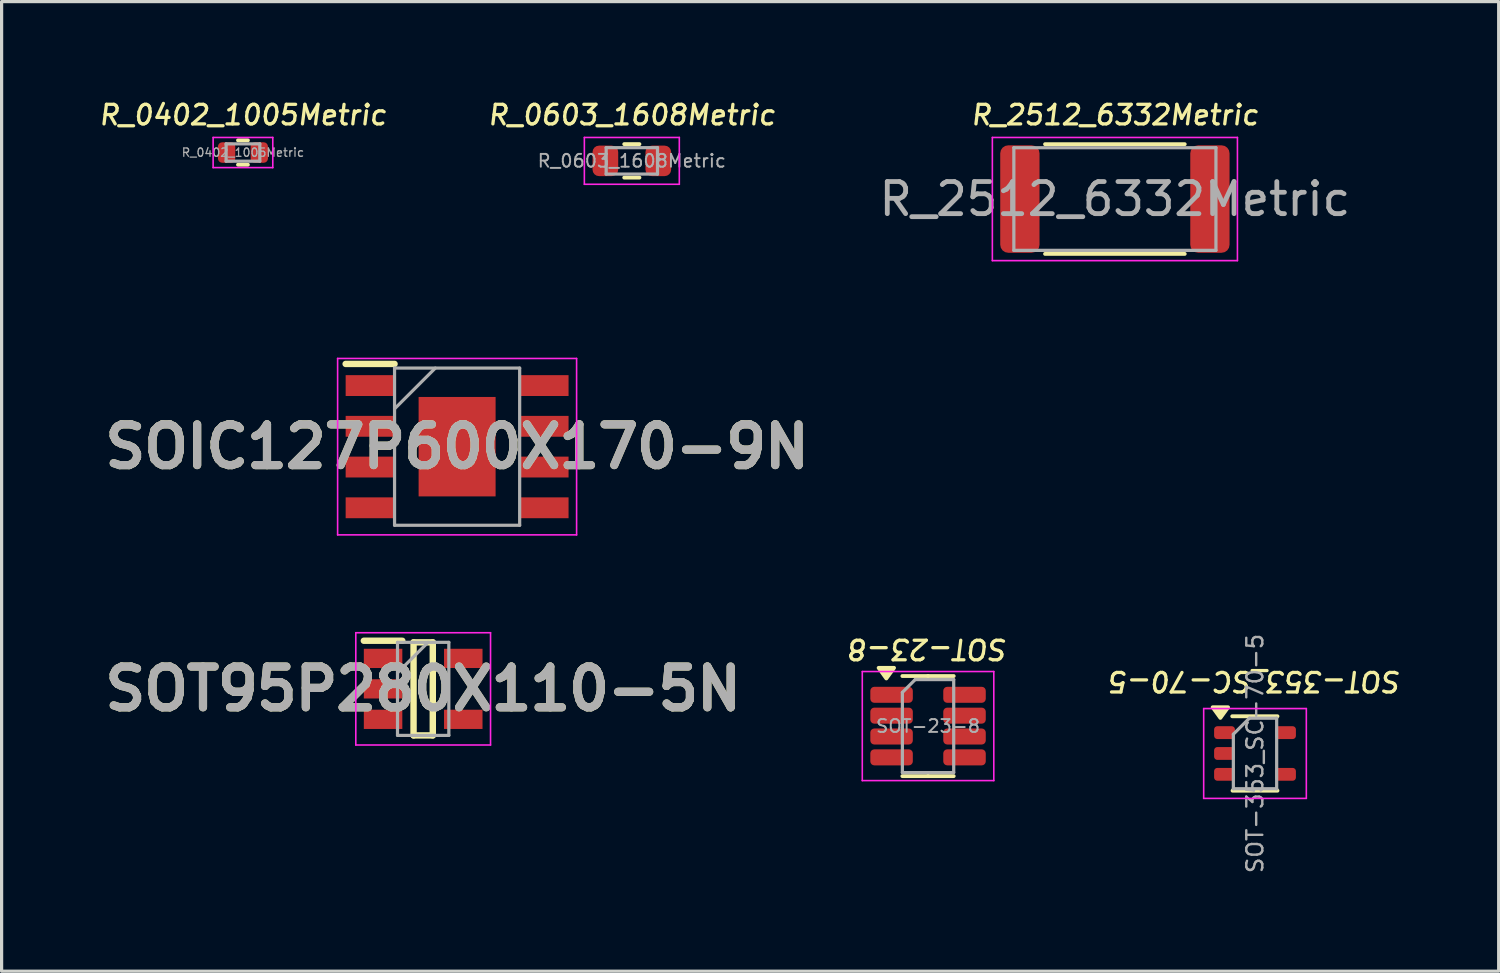
<source format=kicad_pcb>
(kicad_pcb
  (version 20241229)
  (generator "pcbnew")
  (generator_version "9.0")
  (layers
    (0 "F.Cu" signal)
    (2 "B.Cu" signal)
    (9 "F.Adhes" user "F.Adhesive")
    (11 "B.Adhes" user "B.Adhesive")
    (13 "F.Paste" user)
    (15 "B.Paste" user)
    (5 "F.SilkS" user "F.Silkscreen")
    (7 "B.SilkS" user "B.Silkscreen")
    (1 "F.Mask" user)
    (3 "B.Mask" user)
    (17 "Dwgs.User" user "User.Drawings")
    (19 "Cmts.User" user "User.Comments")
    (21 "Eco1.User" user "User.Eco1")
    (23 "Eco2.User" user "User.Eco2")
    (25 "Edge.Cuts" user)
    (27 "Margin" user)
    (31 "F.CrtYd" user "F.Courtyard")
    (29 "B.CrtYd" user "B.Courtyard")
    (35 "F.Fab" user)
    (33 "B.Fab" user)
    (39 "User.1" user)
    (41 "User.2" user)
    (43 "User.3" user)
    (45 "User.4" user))
  (footprint "R_0603_1608Metric"
    (layer "F.Cu")
    (at 16.647 1.965)
    (property "Reference" "R_0603_1608Metric" (at 0 -1.43 0) (unlocked yes) (layer "F.SilkS") (effects (font (size 0.61 0.61) (thickness 0.102) (italic yes))))
    (attr smd exclude_from_bom dnp)
    (fp_line (start -0.237 -0.522) (end 0.237 -0.522) (stroke (width 0.12) (type solid)) (layer "F.SilkS"))
    (fp_line (start -0.237 0.522) (end 0.237 0.522) (stroke (width 0.12) (type solid)) (layer "F.SilkS"))
    (fp_line (start -1.48 -0.73) (end 1.48 -0.73) (stroke (width 0.05) (type solid)) (layer "F.CrtYd"))
    (fp_line (start -1.48 0.73) (end -1.48 -0.73) (stroke (width 0.05) (type solid)) (layer "F.CrtYd"))
    (fp_line (start 1.48 -0.73) (end 1.48 0.73) (stroke (width 0.05) (type solid)) (layer "F.CrtYd"))
    (fp_line (start 1.48 0.73) (end -1.48 0.73) (stroke (width 0.05) (type solid)) (layer "F.CrtYd"))
    (fp_line (start -0.8 -0.412) (end 0.8 -0.412) (stroke (width 0.1) (type solid)) (layer "F.Fab"))
    (fp_line (start -0.8 0.412) (end -0.8 -0.412) (stroke (width 0.1) (type solid)) (layer "F.Fab"))
    (fp_line (start 0.8 -0.412) (end 0.8 0.412) (stroke (width 0.1) (type solid)) (layer "F.Fab"))
    (fp_line (start 0.8 0.412) (end -0.8 0.412) (stroke (width 0.1) (type solid)) (layer "F.Fab"))
    (fp_text user "${REFERENCE}" (at 0 0 0) (layer "F.Fab") (effects (font (size 0.4 0.4) (thickness 0.06))))
    (pad "1" smd roundrect (at -0.825 0) (size 0.8 0.95) (layers "F.Cu" "F.Mask" "F.Paste") (roundrect_rratio 0.25))
    (pad "2" smd roundrect (at 0.825 0) (size 0.8 0.95) (layers "F.Cu" "F.Mask" "F.Paste") (roundrect_rratio 0.25)))
  (footprint "SOT-353_SC-70-5"
    (layer "F.Cu")
    (at 36.074 20.439)
    (property "Reference" "SOT-353_SC-70-5" (at 0 -2.25 180) (unlocked yes) (layer "F.SilkS") (effects (font (size 0.61 0.61) (thickness 0.102) (italic yes))))
    (attr smd)
    (fp_line (start -0.71 -1.16) (end 0.7 -1.16) (stroke (width 0.12) (type solid)) (layer "F.SilkS"))
    (fp_line (start -0.7 1.16) (end 0.7 1.16) (stroke (width 0.12) (type solid)) (layer "F.SilkS"))
    (fp_poly (pts (xy -1.08 -1.11) (xy -1.32 -1.44) (xy -0.84 -1.44) (xy -1.08 -1.11)) (stroke (width 0.12) (type solid)) (fill yes) (layer "F.SilkS"))
    (fp_line (start -1.6 -1.4) (end -1.6 1.4) (stroke (width 0.05) (type solid)) (layer "F.CrtYd"))
    (fp_line (start -1.6 -1.4) (end 1.6 -1.4) (stroke (width 0.05) (type solid)) (layer "F.CrtYd"))
    (fp_line (start -1.6 1.4) (end 1.6 1.4) (stroke (width 0.05) (type solid)) (layer "F.CrtYd"))
    (fp_line (start 1.6 1.4) (end 1.6 -1.4) (stroke (width 0.05) (type solid)) (layer "F.CrtYd"))
    (fp_line (start -0.675 -0.6) (end -0.675 1.1) (stroke (width 0.1) (type solid)) (layer "F.Fab"))
    (fp_line (start -0.175 -1.1) (end -0.675 -0.6) (stroke (width 0.1) (type solid)) (layer "F.Fab"))
    (fp_line (start 0.675 -1.1) (end -0.175 -1.1) (stroke (width 0.1) (type solid)) (layer "F.Fab"))
    (fp_line (start 0.675 -1.1) (end 0.675 1.1) (stroke (width 0.1) (type solid)) (layer "F.Fab"))
    (fp_line (start 0.675 1.1) (end -0.675 1.1) (stroke (width 0.1) (type solid)) (layer "F.Fab"))
    (fp_text user "${REFERENCE}" (at 0 0 90) (layer "F.Fab") (effects (font (size 0.5 0.5) (thickness 0.075))))
    (pad "1" smd roundrect (at -0.95 -0.65 180) (size 0.65 0.4) (layers "F.Cu" "F.Mask" "F.Paste") (roundrect_rratio 0.25))
    (pad "2" smd roundrect (at -0.95 0 180) (size 0.65 0.4) (layers "F.Cu" "F.Mask" "F.Paste") (roundrect_rratio 0.25))
    (pad "3" smd roundrect (at -0.95 0.65 180) (size 0.65 0.4) (layers "F.Cu" "F.Mask" "F.Paste") (roundrect_rratio 0.25))
    (pad "4" smd roundrect (at 0.95 0.65 180) (size 0.65 0.4) (layers "F.Cu" "F.Mask" "F.Paste") (roundrect_rratio 0.25))
    (pad "5" smd roundrect (at 0.95 -0.65 180) (size 0.65 0.4) (layers "F.Cu" "F.Mask" "F.Paste") (roundrect_rratio 0.25)))
  (footprint "SOT95P280X110-5N"
    (layer "F.Cu")
    (at 10.142 18.425)
    (property "Reference" "SOT95P280X110-5N" (at 0 0 0) (layer "F.SilkS") (effects (font (size 1.27 1.27) (thickness 0.254))))
    (attr smd)
    (fp_line (start -1.85 -1.5) (end -0.65 -1.5) (stroke (width 0.2) (type solid)) (layer "F.SilkS"))
    (fp_line (start -0.3 -1.45) (end 0.3 -1.45) (stroke (width 0.2) (type solid)) (layer "F.SilkS"))
    (fp_line (start -0.3 1.45) (end -0.3 -1.45) (stroke (width 0.2) (type solid)) (layer "F.SilkS"))
    (fp_line (start 0.3 -1.45) (end 0.3 1.45) (stroke (width 0.2) (type solid)) (layer "F.SilkS"))
    (fp_line (start 0.3 1.45) (end -0.3 1.45) (stroke (width 0.2) (type solid)) (layer "F.SilkS"))
    (fp_line (start -2.1 -1.75) (end 2.1 -1.75) (stroke (width 0.05) (type solid)) (layer "F.CrtYd"))
    (fp_line (start -2.1 1.75) (end -2.1 -1.75) (stroke (width 0.05) (type solid)) (layer "F.CrtYd"))
    (fp_line (start 2.1 -1.75) (end 2.1 1.75) (stroke (width 0.05) (type solid)) (layer "F.CrtYd"))
    (fp_line (start 2.1 1.75) (end -2.1 1.75) (stroke (width 0.05) (type solid)) (layer "F.CrtYd"))
    (fp_line (start -0.8 -1.45) (end 0.8 -1.45) (stroke (width 0.1) (type solid)) (layer "F.Fab"))
    (fp_line (start -0.8 -0.5) (end 0.15 -1.45) (stroke (width 0.1) (type solid)) (layer "F.Fab"))
    (fp_line (start -0.8 1.45) (end -0.8 -1.45) (stroke (width 0.1) (type solid)) (layer "F.Fab"))
    (fp_line (start 0.8 -1.45) (end 0.8 1.45) (stroke (width 0.1) (type solid)) (layer "F.Fab"))
    (fp_line (start 0.8 1.45) (end -0.8 1.45) (stroke (width 0.1) (type solid)) (layer "F.Fab"))
    (fp_text user "${REFERENCE}" (at 0 0 0) (layer "F.Fab") (effects (font (size 1.27 1.27) (thickness 0.254))))
    (pad "1" smd rect (at -1.25 -0.95 90) (size 0.6 1.2) (layers "F.Cu" "F.Mask" "F.Paste"))
    (pad "2" smd rect (at -1.25 0 90) (size 0.6 1.2) (layers "F.Cu" "F.Mask" "F.Paste"))
    (pad "3" smd rect (at -1.25 0.95 90) (size 0.6 1.2) (layers "F.Cu" "F.Mask" "F.Paste"))
    (pad "4" smd rect (at 1.25 0.95 90) (size 0.6 1.2) (layers "F.Cu" "F.Mask" "F.Paste"))
    (pad "5" smd rect (at 1.25 -0.95 90) (size 0.6 1.2) (layers "F.Cu" "F.Mask" "F.Paste")))
  (footprint "R_0402_1005Metric"
    (layer "F.Cu")
    (at 4.524 1.705)
    (property "Reference" "R_0402_1005Metric" (at 0 -1.17 0) (unlocked yes) (layer "F.SilkS") (effects (font (size 0.61 0.61) (thickness 0.102) (italic yes))))
    (attr smd)
    (fp_line (start -0.154 -0.38) (end 0.154 -0.38) (stroke (width 0.12) (type solid)) (layer "F.SilkS"))
    (fp_line (start -0.154 0.38) (end 0.154 0.38) (stroke (width 0.12) (type solid)) (layer "F.SilkS"))
    (fp_line (start -0.93 -0.47) (end 0.93 -0.47) (stroke (width 0.05) (type solid)) (layer "F.CrtYd"))
    (fp_line (start -0.93 0.47) (end -0.93 -0.47) (stroke (width 0.05) (type solid)) (layer "F.CrtYd"))
    (fp_line (start 0.93 -0.47) (end 0.93 0.47) (stroke (width 0.05) (type solid)) (layer "F.CrtYd"))
    (fp_line (start 0.93 0.47) (end -0.93 0.47) (stroke (width 0.05) (type solid)) (layer "F.CrtYd"))
    (fp_line (start -0.525 -0.27) (end 0.525 -0.27) (stroke (width 0.1) (type solid)) (layer "F.Fab"))
    (fp_line (start -0.525 0.27) (end -0.525 -0.27) (stroke (width 0.1) (type solid)) (layer "F.Fab"))
    (fp_line (start 0.525 -0.27) (end 0.525 0.27) (stroke (width 0.1) (type solid)) (layer "F.Fab"))
    (fp_line (start 0.525 0.27) (end -0.525 0.27) (stroke (width 0.1) (type solid)) (layer "F.Fab"))
    (fp_text user "${REFERENCE}" (at 0 0 0) (layer "F.Fab") (effects (font (size 0.26 0.26) (thickness 0.04))))
    (pad "1" smd roundrect (at -0.51 0) (size 0.54 0.64) (layers "F.Cu" "F.Mask" "F.Paste") (roundrect_rratio 0.25))
    (pad "2" smd roundrect (at 0.51 0) (size 0.54 0.64) (layers "F.Cu" "F.Mask" "F.Paste") (roundrect_rratio 0.25)))
  (footprint "R_2512_6332Metric"
    (layer "F.Cu")
    (at 31.706 3.155)
    (property "Reference" "R_2512_6332Metric" (at 0 -2.62 0) (unlocked yes) (layer "F.SilkS") (effects (font (size 0.61 0.61) (thickness 0.102) (italic yes))))
    (attr smd)
    (fp_line (start -2.177 -1.71) (end 2.177 -1.71) (stroke (width 0.12) (type solid)) (layer "F.SilkS"))
    (fp_line (start -2.177 1.71) (end 2.177 1.71) (stroke (width 0.12) (type solid)) (layer "F.SilkS"))
    (fp_line (start -3.82 -1.92) (end 3.82 -1.92) (stroke (width 0.05) (type solid)) (layer "F.CrtYd"))
    (fp_line (start -3.82 1.92) (end -3.82 -1.92) (stroke (width 0.05) (type solid)) (layer "F.CrtYd"))
    (fp_line (start 3.82 -1.92) (end 3.82 1.92) (stroke (width 0.05) (type solid)) (layer "F.CrtYd"))
    (fp_line (start 3.82 1.92) (end -3.82 1.92) (stroke (width 0.05) (type solid)) (layer "F.CrtYd"))
    (fp_line (start -3.15 -1.6) (end 3.15 -1.6) (stroke (width 0.1) (type solid)) (layer "F.Fab"))
    (fp_line (start -3.15 1.6) (end -3.15 -1.6) (stroke (width 0.1) (type solid)) (layer "F.Fab"))
    (fp_line (start 3.15 -1.6) (end 3.15 1.6) (stroke (width 0.1) (type solid)) (layer "F.Fab"))
    (fp_line (start 3.15 1.6) (end -3.15 1.6) (stroke (width 0.1) (type solid)) (layer "F.Fab"))
    (fp_text user "${REFERENCE}" (at 0 0 0) (layer "F.Fab") (effects (font (size 1 1) (thickness 0.15))))
    (pad "1" smd roundrect (at -2.962 0) (size 1.225 3.35) (layers "F.Cu" "F.Mask" "F.Paste") (roundrect_rratio 0.204))
    (pad "2" smd roundrect (at 2.962 0) (size 1.225 3.35) (layers "F.Cu" "F.Mask" "F.Paste") (roundrect_rratio 0.204)))
  (footprint "SOIC127P600X170-9N"
    (layer "F.Cu")
    (at 11.2 10.875)
    (property "Reference" "SOIC127P600X170-9N" (at 0 0 0) (layer "F.SilkS") (effects (font (size 1.27 1.27) (thickness 0.254))))
    (attr smd)
    (fp_line (start -3.475 -2.58) (end -1.95 -2.58) (stroke (width 0.2) (type solid)) (layer "F.SilkS"))
    (fp_line (start -3.725 -2.75) (end 3.725 -2.75) (stroke (width 0.05) (type solid)) (layer "F.CrtYd"))
    (fp_line (start -3.725 2.75) (end -3.725 -2.75) (stroke (width 0.05) (type solid)) (layer "F.CrtYd"))
    (fp_line (start 3.725 -2.75) (end 3.725 2.75) (stroke (width 0.05) (type solid)) (layer "F.CrtYd"))
    (fp_line (start 3.725 2.75) (end -3.725 2.75) (stroke (width 0.05) (type solid)) (layer "F.CrtYd"))
    (fp_line (start -1.95 -2.45) (end 1.95 -2.45) (stroke (width 0.1) (type solid)) (layer "F.Fab"))
    (fp_line (start -1.95 -1.18) (end -0.68 -2.45) (stroke (width 0.1) (type solid)) (layer "F.Fab"))
    (fp_line (start -1.95 2.45) (end -1.95 -2.45) (stroke (width 0.1) (type solid)) (layer "F.Fab"))
    (fp_line (start 1.95 -2.45) (end 1.95 2.45) (stroke (width 0.1) (type solid)) (layer "F.Fab"))
    (fp_line (start 1.95 2.45) (end -1.95 2.45) (stroke (width 0.1) (type solid)) (layer "F.Fab"))
    (fp_text user "${REFERENCE}" (at 0 0 0) (layer "F.Fab") (effects (font (size 1.27 1.27) (thickness 0.254))))
    (pad "1" smd rect (at -2.712 -1.905 90) (size 0.65 1.525) (layers "F.Cu" "F.Mask" "F.Paste"))
    (pad "2" smd rect (at -2.712 -0.635 90) (size 0.65 1.525) (layers "F.Cu" "F.Mask" "F.Paste"))
    (pad "3" smd rect (at -2.712 0.635 90) (size 0.65 1.525) (layers "F.Cu" "F.Mask" "F.Paste"))
    (pad "4" smd rect (at -2.712 1.905 90) (size 0.65 1.525) (layers "F.Cu" "F.Mask" "F.Paste"))
    (pad "5" smd rect (at 2.712 1.905 90) (size 0.65 1.525) (layers "F.Cu" "F.Mask" "F.Paste"))
    (pad "6" smd rect (at 2.712 0.635 90) (size 0.65 1.525) (layers "F.Cu" "F.Mask" "F.Paste"))
    (pad "7" smd rect (at 2.712 -0.635 90) (size 0.65 1.525) (layers "F.Cu" "F.Mask" "F.Paste"))
    (pad "8" smd rect (at 2.712 -1.905 90) (size 0.65 1.525) (layers "F.Cu" "F.Mask" "F.Paste"))
    (pad "9" smd rect (at 0 0) (size 2.4 3.1) (layers "F.Cu" "F.Mask" "F.Paste")))
  (footprint "SOT-23-8"
    (layer "F.Cu")
    (at 25.881 19.585)
    (property "Reference" "SOT-23-8" (at 0 -2.4 180) (unlocked yes) (layer "F.SilkS") (effects (font (size 0.61 0.61) (thickness 0.102) (italic yes))))
    (attr smd)
    (fp_line (start 0 -1.56) (end -0.8 -1.56) (stroke (width 0.12) (type solid)) (layer "F.SilkS"))
    (fp_line (start 0 -1.56) (end 0.8 -1.56) (stroke (width 0.12) (type solid)) (layer "F.SilkS"))
    (fp_line (start 0 1.56) (end -0.8 1.56) (stroke (width 0.12) (type solid)) (layer "F.SilkS"))
    (fp_line (start 0 1.56) (end 0.8 1.56) (stroke (width 0.12) (type solid)) (layer "F.SilkS"))
    (fp_poly (pts (xy -1.3 -1.485) (xy -1.54 -1.815) (xy -1.06 -1.815) (xy -1.3 -1.485)) (stroke (width 0.12) (type solid)) (fill yes) (layer "F.SilkS"))
    (fp_line (start -2.05 -1.7) (end -2.05 1.7) (stroke (width 0.05) (type solid)) (layer "F.CrtYd"))
    (fp_line (start -2.05 1.7) (end 2.05 1.7) (stroke (width 0.05) (type solid)) (layer "F.CrtYd"))
    (fp_line (start 2.05 -1.7) (end -2.05 -1.7) (stroke (width 0.05) (type solid)) (layer "F.CrtYd"))
    (fp_line (start 2.05 1.7) (end 2.05 -1.7) (stroke (width 0.05) (type solid)) (layer "F.CrtYd"))
    (fp_line (start -0.8 -1.05) (end -0.4 -1.45) (stroke (width 0.1) (type solid)) (layer "F.Fab"))
    (fp_line (start -0.8 1.45) (end -0.8 -1.05) (stroke (width 0.1) (type solid)) (layer "F.Fab"))
    (fp_line (start -0.4 -1.45) (end 0.8 -1.45) (stroke (width 0.1) (type solid)) (layer "F.Fab"))
    (fp_line (start 0.8 -1.45) (end 0.8 1.45) (stroke (width 0.1) (type solid)) (layer "F.Fab"))
    (fp_line (start 0.8 1.45) (end -0.8 1.45) (stroke (width 0.1) (type solid)) (layer "F.Fab"))
    (fp_text user "${REFERENCE}" (at 0 0 0) (layer "F.Fab") (effects (font (size 0.4 0.4) (thickness 0.06))))
    (pad "1" smd roundrect (at -1.137 -0.975 180) (size 1.325 0.5) (layers "F.Cu" "F.Mask" "F.Paste") (roundrect_rratio 0.25))
    (pad "2" smd roundrect (at -1.137 -0.325 180) (size 1.325 0.5) (layers "F.Cu" "F.Mask" "F.Paste") (roundrect_rratio 0.25))
    (pad "3" smd roundrect (at -1.137 0.325 180) (size 1.325 0.5) (layers "F.Cu" "F.Mask" "F.Paste") (roundrect_rratio 0.25))
    (pad "4" smd roundrect (at -1.137 0.975 180) (size 1.325 0.5) (layers "F.Cu" "F.Mask" "F.Paste") (roundrect_rratio 0.25))
    (pad "5" smd roundrect (at 1.137 0.975 180) (size 1.325 0.5) (layers "F.Cu" "F.Mask" "F.Paste") (roundrect_rratio 0.25))
    (pad "6" smd roundrect (at 1.137 0.325 180) (size 1.325 0.5) (layers "F.Cu" "F.Mask" "F.Paste") (roundrect_rratio 0.25))
    (pad "7" smd roundrect (at 1.137 -0.325 180) (size 1.325 0.5) (layers "F.Cu" "F.Mask" "F.Paste") (roundrect_rratio 0.25))
    (pad "8" smd roundrect (at 1.137 -0.975 180) (size 1.325 0.5) (layers "F.Cu" "F.Mask" "F.Paste") (roundrect_rratio 0.25)))
  (gr_rect
    (start -3 -3)
    (end 43.67 27.227)
    (stroke (width 0.1) (type default))
    (fill no)
    (layer "Edge.Cuts")))
</source>
